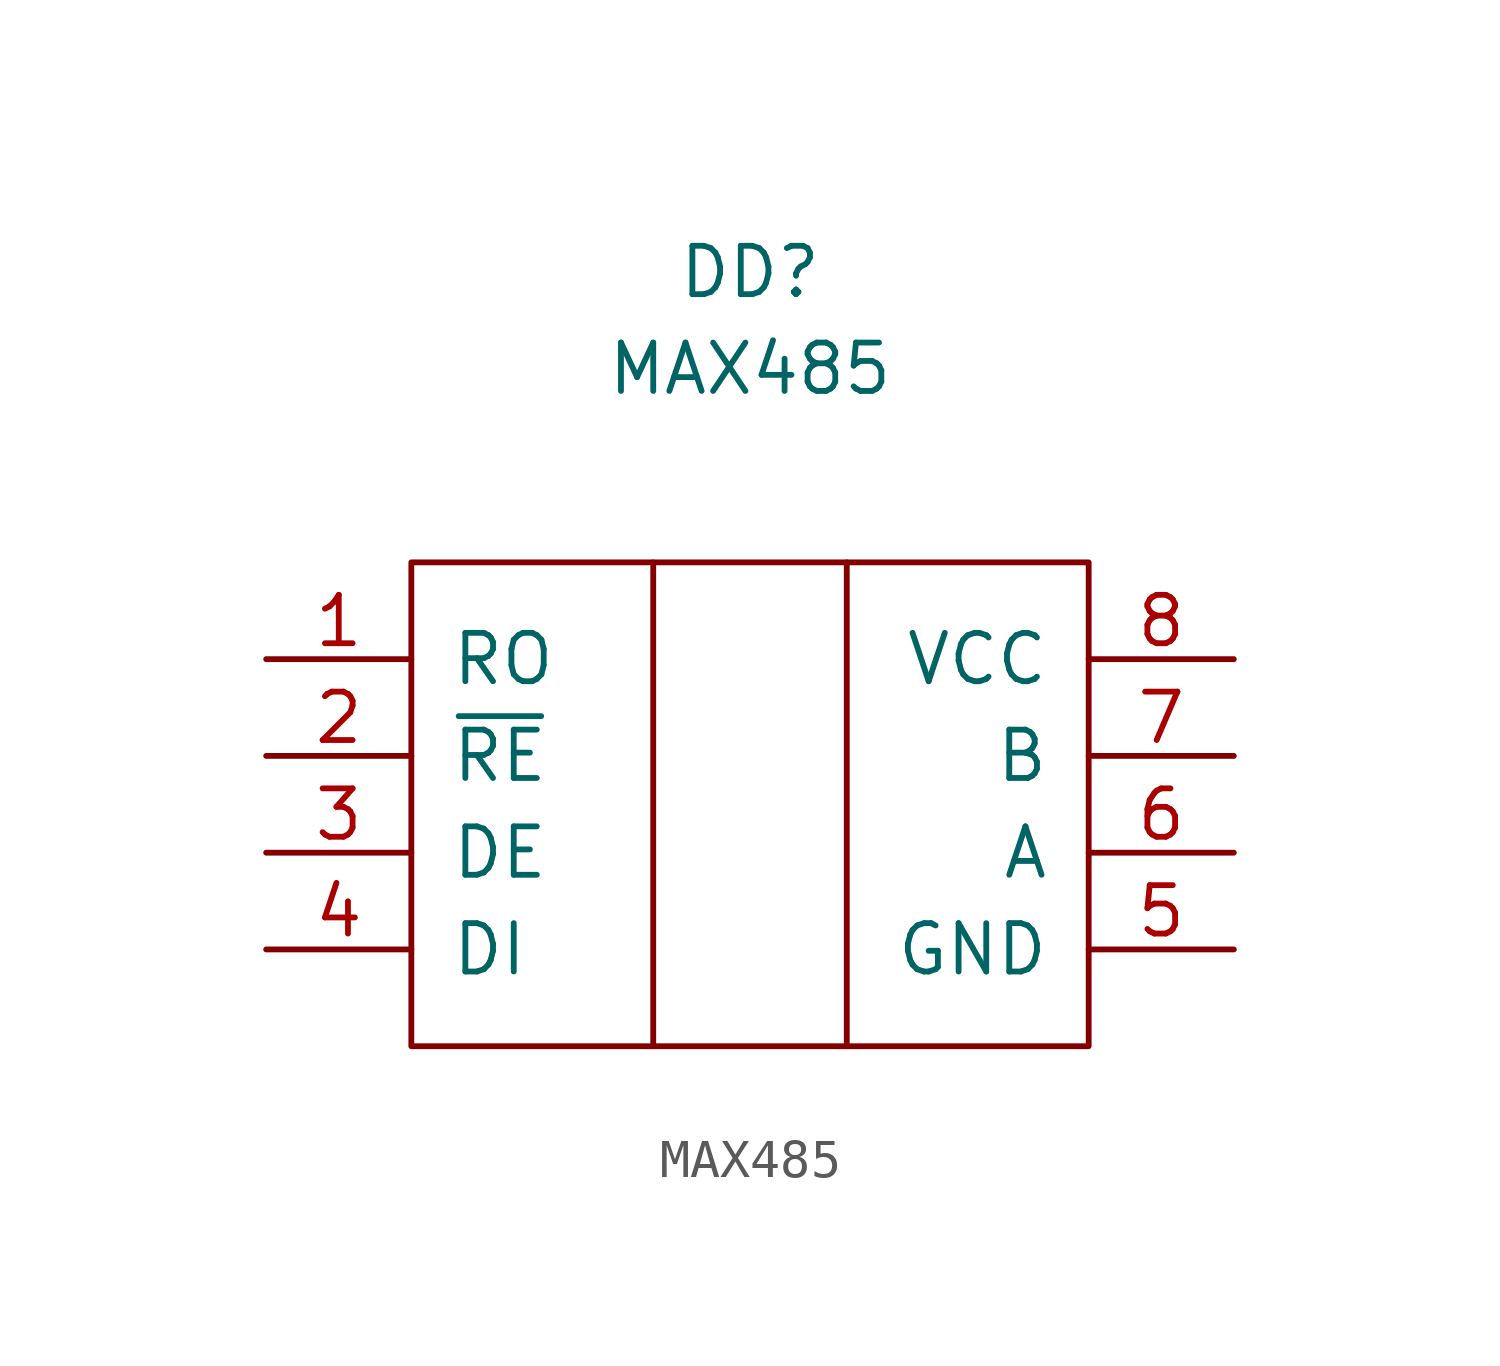
<source format=kicad_sym>
(kicad_symbol_lib
  (version 20211014)
  (generator kicad_symbol_editor)
  (symbol "MAX485"
    (pin_names
      (offset 1.016))
    (property "Reference" "DD"
      (at 0 12.7 0)
      (effects (font (size 1.27 1.27))))
    (property "Value" "MAX485"
      (at 0 10.16 0)
      (effects (font (size 1.27 1.27))))
    (symbol "MAX485_0_1"
      (rectangle (start -8.89 5.08) (end 8.89 -7.62) (stroke (width 0) (type default) (color 0 0 0 0)) (fill (type none)))
      (polyline (pts (xy -2.54 5.08) (xy -2.54 -7.62)) (stroke (width 0) (type default) (color 0 0 0 0)) (fill (type none)))
      (polyline (pts (xy 2.54 5.08) (xy 2.54 -7.62)) (stroke (width 0) (type default) (color 0 0 0 0)) (fill (type none))))
    (symbol "MAX485_1_1"
      (pin output line (at -12.7 2.54 0) (length 3.81) (name "RO" (effects (font (size 1.27 1.27)))) (number "1" (effects (font (size 1.27 1.27)))))
      (pin input line (at -12.7 0 0) (length 3.81) (name "~{RE}" (effects (font (size 1.27 1.27)))) (number "2" (effects (font (size 1.27 1.27)))))
      (pin input line (at -12.7 -2.54 0) (length 3.81) (name "DE" (effects (font (size 1.27 1.27)))) (number "3" (effects (font (size 1.27 1.27)))))
      (pin input line (at -12.7 -5.08 0) (length 3.81) (name "DI" (effects (font (size 1.27 1.27)))) (number "4" (effects (font (size 1.27 1.27)))))
      (pin power_in line (at 12.7 -5.08 180) (length 3.81) (name "GND" (effects (font (size 1.27 1.27)))) (number "5" (effects (font (size 1.27 1.27)))))
      (pin bidirectional line (at 12.7 -2.54 180) (length 3.81) (name "A" (effects (font (size 1.27 1.27)))) (number "6" (effects (font (size 1.27 1.27)))))
      (pin bidirectional line (at 12.7 0 180) (length 3.81) (name "B" (effects (font (size 1.27 1.27)))) (number "7" (effects (font (size 1.27 1.27)))))
      (pin power_in line (at 12.7 2.54 180) (length 3.81) (name "VCC" (effects (font (size 1.27 1.27)))) (number "8" (effects (font (size 1.27 1.27))))))))
</source>
